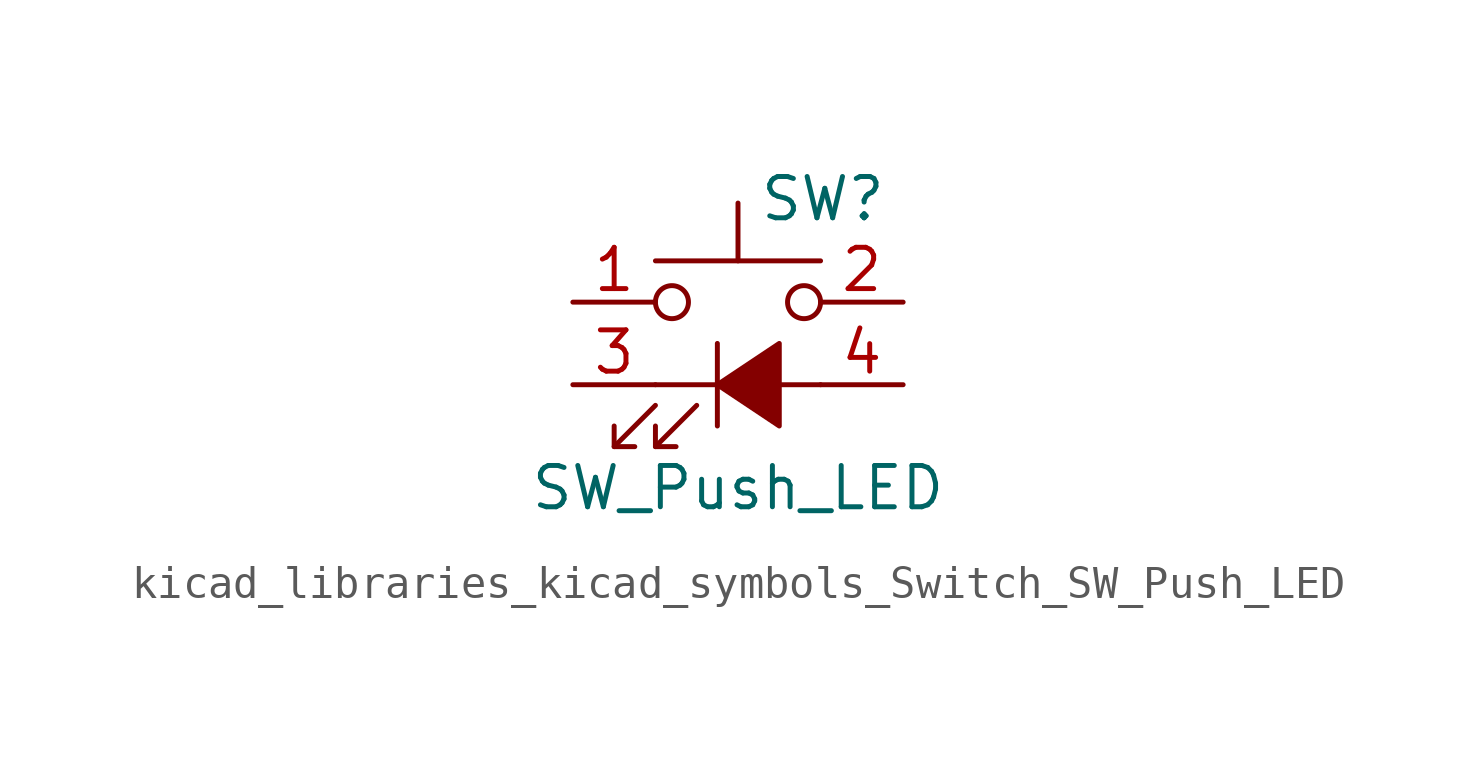
<source format=kicad_sym>
(kicad_symbol_lib
  (version 20220914)
  (generator kicad_symbol_editor)
  (symbol "kicad_libraries_kicad_symbols_Switch_SW_Push_LED"
    (pin_names
      (offset 1.016) hide)
    (property "Reference" "SW"
      (at 0.635 5.715 0)
      (effects (font (size 1.27 1.27)) (justify left)))
    (property "Value" "SW_Push_LED"
      (at 0 -3.175 0)
      (effects (font (size 1.27 1.27))))
    (symbol "kicad_libraries_kicad_symbols_Switch_SW_Push_LED_0_0"
      (polyline (pts (xy -3.81 -1.905) (xy -2.54 -0.635)) (stroke (width 0) (type default)) (fill (type none)))
      (polyline (pts (xy -2.54 -1.905) (xy -1.27 -0.635)) (stroke (width 0) (type default)) (fill (type none)))
      (polyline (pts (xy -2.54 0) (xy 2.54 0)) (stroke (width 0) (type default)) (fill (type none)))
      (polyline (pts (xy -0.635 1.27) (xy -0.635 -1.27)) (stroke (width 0) (type default)) (fill (type none)))
      (polyline (pts (xy -3.81 -1.27) (xy -3.81 -1.905) (xy -3.175 -1.905)) (stroke (width 0) (type default)) (fill (type none)))
      (polyline (pts (xy -2.54 -1.27) (xy -2.54 -1.905) (xy -1.905 -1.905)) (stroke (width 0) (type default)) (fill (type none)))
      (polyline (pts (xy -0.635 0) (xy 1.27 1.27) (xy 1.27 -1.27) (xy -0.635 0)) (stroke (width 0) (type default)) (fill (type outline))))
    (symbol "kicad_libraries_kicad_symbols_Switch_SW_Push_LED_0_1"
      (circle (center -2.032 2.54) (radius 0.508) (stroke (width 0) (type default)) (fill (type none)))
      (polyline (pts (xy 0 3.81) (xy 0 5.588)) (stroke (width 0) (type default)) (fill (type none)))
      (polyline (pts (xy 2.54 3.81) (xy -2.54 3.81)) (stroke (width 0) (type default)) (fill (type none)))
      (circle (center 2.032 2.54) (radius 0.508) (stroke (width 0) (type default)) (fill (type none)))
      (pin passive line (at -5.08 2.54 0) (length 2.54) (name "1" (effects (font (size 1.27 1.27)))) (number "1" (effects (font (size 1.27 1.27)))))
      (pin passive line (at 5.08 2.54 180) (length 2.54) (name "2" (effects (font (size 1.27 1.27)))) (number "2" (effects (font (size 1.27 1.27)))))
      (pin passive line (at -5.08 0 0) (length 2.54) (name "K" (effects (font (size 1.27 1.27)))) (number "3" (effects (font (size 1.27 1.27)))))
      (pin passive line (at 5.08 0 180) (length 2.54) (name "A" (effects (font (size 1.27 1.27)))) (number "4" (effects (font (size 1.27 1.27))))))))
</source>
